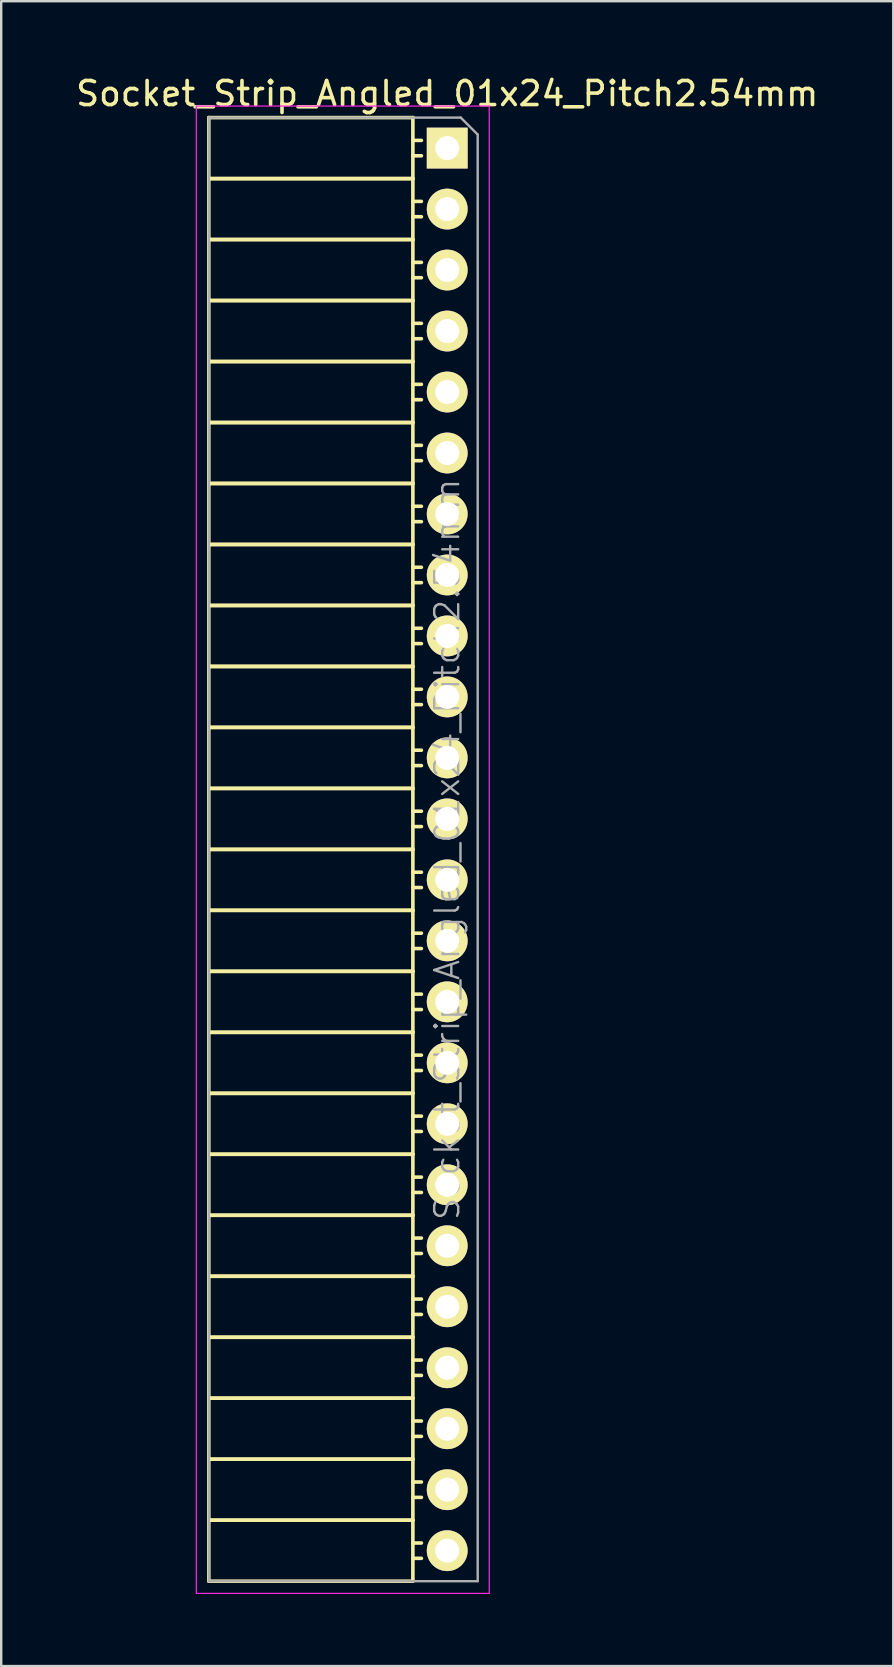
<source format=kicad_pcb>
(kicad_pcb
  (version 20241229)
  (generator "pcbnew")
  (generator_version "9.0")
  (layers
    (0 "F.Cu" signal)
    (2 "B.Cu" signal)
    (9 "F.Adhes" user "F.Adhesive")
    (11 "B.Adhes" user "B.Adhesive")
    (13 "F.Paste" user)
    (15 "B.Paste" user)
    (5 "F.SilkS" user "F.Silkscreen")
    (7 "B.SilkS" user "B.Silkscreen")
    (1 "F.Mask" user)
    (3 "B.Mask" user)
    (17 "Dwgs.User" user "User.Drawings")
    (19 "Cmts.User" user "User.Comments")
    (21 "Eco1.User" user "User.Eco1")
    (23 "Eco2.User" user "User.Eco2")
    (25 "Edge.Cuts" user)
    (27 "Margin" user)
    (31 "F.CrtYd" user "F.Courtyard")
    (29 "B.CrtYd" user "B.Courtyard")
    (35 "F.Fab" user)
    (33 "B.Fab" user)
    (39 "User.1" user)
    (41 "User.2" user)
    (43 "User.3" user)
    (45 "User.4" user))
  (footprint "Socket_Strip_Angled_01x24_Pitch2.54mm"
    (layer "F.Cu")
    (at 15.577 3.118)
    (property "Reference" "Socket_Strip_Angled_01x24_Pitch2.54mm" (at 0 -2.27 0) (layer "F.SilkS") (effects (font (size 1 1) (thickness 0.15))))
    (attr smd)
    (fp_line (start -9.93 -1.27) (end -9.93 1.27) (stroke (width 0.15) (type solid)) (layer "F.SilkS"))
    (fp_line (start -9.93 -1.27) (end -1.43 -1.27) (stroke (width 0.15) (type solid)) (layer "F.SilkS"))
    (fp_line (start -9.93 1.27) (end -9.93 3.81) (stroke (width 0.15) (type solid)) (layer "F.SilkS"))
    (fp_line (start -9.93 1.27) (end -1.43 1.27) (stroke (width 0.15) (type solid)) (layer "F.SilkS"))
    (fp_line (start -9.93 1.27) (end -1.43 1.27) (stroke (width 0.15) (type solid)) (layer "F.SilkS"))
    (fp_line (start -9.93 3.81) (end -9.93 6.35) (stroke (width 0.15) (type solid)) (layer "F.SilkS"))
    (fp_line (start -9.93 3.81) (end -1.43 3.81) (stroke (width 0.15) (type solid)) (layer "F.SilkS"))
    (fp_line (start -9.93 3.81) (end -1.43 3.81) (stroke (width 0.15) (type solid)) (layer "F.SilkS"))
    (fp_line (start -9.93 6.35) (end -9.93 8.89) (stroke (width 0.15) (type solid)) (layer "F.SilkS"))
    (fp_line (start -9.93 6.35) (end -1.43 6.35) (stroke (width 0.15) (type solid)) (layer "F.SilkS"))
    (fp_line (start -9.93 6.35) (end -1.43 6.35) (stroke (width 0.15) (type solid)) (layer "F.SilkS"))
    (fp_line (start -9.93 8.89) (end -9.93 11.43) (stroke (width 0.15) (type solid)) (layer "F.SilkS"))
    (fp_line (start -9.93 8.89) (end -1.43 8.89) (stroke (width 0.15) (type solid)) (layer "F.SilkS"))
    (fp_line (start -9.93 8.89) (end -1.43 8.89) (stroke (width 0.15) (type solid)) (layer "F.SilkS"))
    (fp_line (start -9.93 11.43) (end -9.93 13.97) (stroke (width 0.15) (type solid)) (layer "F.SilkS"))
    (fp_line (start -9.93 11.43) (end -1.43 11.43) (stroke (width 0.15) (type solid)) (layer "F.SilkS"))
    (fp_line (start -9.93 11.43) (end -1.43 11.43) (stroke (width 0.15) (type solid)) (layer "F.SilkS"))
    (fp_line (start -9.93 13.97) (end -9.93 16.51) (stroke (width 0.15) (type solid)) (layer "F.SilkS"))
    (fp_line (start -9.93 13.97) (end -1.43 13.97) (stroke (width 0.15) (type solid)) (layer "F.SilkS"))
    (fp_line (start -9.93 13.97) (end -1.43 13.97) (stroke (width 0.15) (type solid)) (layer "F.SilkS"))
    (fp_line (start -9.93 16.51) (end -9.93 19.05) (stroke (width 0.15) (type solid)) (layer "F.SilkS"))
    (fp_line (start -9.93 16.51) (end -1.43 16.51) (stroke (width 0.15) (type solid)) (layer "F.SilkS"))
    (fp_line (start -9.93 16.51) (end -1.43 16.51) (stroke (width 0.15) (type solid)) (layer "F.SilkS"))
    (fp_line (start -9.93 19.05) (end -9.93 21.59) (stroke (width 0.15) (type solid)) (layer "F.SilkS"))
    (fp_line (start -9.93 19.05) (end -1.43 19.05) (stroke (width 0.15) (type solid)) (layer "F.SilkS"))
    (fp_line (start -9.93 19.05) (end -1.43 19.05) (stroke (width 0.15) (type solid)) (layer "F.SilkS"))
    (fp_line (start -9.93 21.59) (end -9.93 24.13) (stroke (width 0.15) (type solid)) (layer "F.SilkS"))
    (fp_line (start -9.93 21.59) (end -1.43 21.59) (stroke (width 0.15) (type solid)) (layer "F.SilkS"))
    (fp_line (start -9.93 21.59) (end -1.43 21.59) (stroke (width 0.15) (type solid)) (layer "F.SilkS"))
    (fp_line (start -9.93 24.13) (end -9.93 26.67) (stroke (width 0.15) (type solid)) (layer "F.SilkS"))
    (fp_line (start -9.93 24.13) (end -1.43 24.13) (stroke (width 0.15) (type solid)) (layer "F.SilkS"))
    (fp_line (start -9.93 24.13) (end -1.43 24.13) (stroke (width 0.15) (type solid)) (layer "F.SilkS"))
    (fp_line (start -9.93 26.67) (end -9.93 29.21) (stroke (width 0.15) (type solid)) (layer "F.SilkS"))
    (fp_line (start -9.93 26.67) (end -1.43 26.67) (stroke (width 0.15) (type solid)) (layer "F.SilkS"))
    (fp_line (start -9.93 26.67) (end -1.43 26.67) (stroke (width 0.15) (type solid)) (layer "F.SilkS"))
    (fp_line (start -9.93 29.21) (end -9.93 31.75) (stroke (width 0.15) (type solid)) (layer "F.SilkS"))
    (fp_line (start -9.93 29.21) (end -1.43 29.21) (stroke (width 0.15) (type solid)) (layer "F.SilkS"))
    (fp_line (start -9.93 29.21) (end -1.43 29.21) (stroke (width 0.15) (type solid)) (layer "F.SilkS"))
    (fp_line (start -9.93 31.75) (end -9.93 34.29) (stroke (width 0.15) (type solid)) (layer "F.SilkS"))
    (fp_line (start -9.93 31.75) (end -1.43 31.75) (stroke (width 0.15) (type solid)) (layer "F.SilkS"))
    (fp_line (start -9.93 31.75) (end -1.43 31.75) (stroke (width 0.15) (type solid)) (layer "F.SilkS"))
    (fp_line (start -9.93 34.29) (end -9.93 36.83) (stroke (width 0.15) (type solid)) (layer "F.SilkS"))
    (fp_line (start -9.93 34.29) (end -1.43 34.29) (stroke (width 0.15) (type solid)) (layer "F.SilkS"))
    (fp_line (start -9.93 34.29) (end -1.43 34.29) (stroke (width 0.15) (type solid)) (layer "F.SilkS"))
    (fp_line (start -9.93 36.83) (end -9.93 39.37) (stroke (width 0.15) (type solid)) (layer "F.SilkS"))
    (fp_line (start -9.93 36.83) (end -1.43 36.83) (stroke (width 0.15) (type solid)) (layer "F.SilkS"))
    (fp_line (start -9.93 36.83) (end -1.43 36.83) (stroke (width 0.15) (type solid)) (layer "F.SilkS"))
    (fp_line (start -9.93 39.37) (end -9.93 41.91) (stroke (width 0.15) (type solid)) (layer "F.SilkS"))
    (fp_line (start -9.93 39.37) (end -1.43 39.37) (stroke (width 0.15) (type solid)) (layer "F.SilkS"))
    (fp_line (start -9.93 39.37) (end -1.43 39.37) (stroke (width 0.15) (type solid)) (layer "F.SilkS"))
    (fp_line (start -9.93 41.91) (end -9.93 44.45) (stroke (width 0.15) (type solid)) (layer "F.SilkS"))
    (fp_line (start -9.93 41.91) (end -1.43 41.91) (stroke (width 0.15) (type solid)) (layer "F.SilkS"))
    (fp_line (start -9.93 41.91) (end -1.43 41.91) (stroke (width 0.15) (type solid)) (layer "F.SilkS"))
    (fp_line (start -9.93 44.45) (end -9.93 46.99) (stroke (width 0.15) (type solid)) (layer "F.SilkS"))
    (fp_line (start -9.93 44.45) (end -1.43 44.45) (stroke (width 0.15) (type solid)) (layer "F.SilkS"))
    (fp_line (start -9.93 44.45) (end -1.43 44.45) (stroke (width 0.15) (type solid)) (layer "F.SilkS"))
    (fp_line (start -9.93 46.99) (end -9.93 49.53) (stroke (width 0.15) (type solid)) (layer "F.SilkS"))
    (fp_line (start -9.93 46.99) (end -1.43 46.99) (stroke (width 0.15) (type solid)) (layer "F.SilkS"))
    (fp_line (start -9.93 46.99) (end -1.43 46.99) (stroke (width 0.15) (type solid)) (layer "F.SilkS"))
    (fp_line (start -9.93 49.53) (end -9.93 52.07) (stroke (width 0.15) (type solid)) (layer "F.SilkS"))
    (fp_line (start -9.93 49.53) (end -1.43 49.53) (stroke (width 0.15) (type solid)) (layer "F.SilkS"))
    (fp_line (start -9.93 49.53) (end -1.43 49.53) (stroke (width 0.15) (type solid)) (layer "F.SilkS"))
    (fp_line (start -9.93 52.07) (end -9.93 54.61) (stroke (width 0.15) (type solid)) (layer "F.SilkS"))
    (fp_line (start -9.93 52.07) (end -1.43 52.07) (stroke (width 0.15) (type solid)) (layer "F.SilkS"))
    (fp_line (start -9.93 52.07) (end -1.43 52.07) (stroke (width 0.15) (type solid)) (layer "F.SilkS"))
    (fp_line (start -9.93 54.61) (end -9.93 57.15) (stroke (width 0.15) (type solid)) (layer "F.SilkS"))
    (fp_line (start -9.93 54.61) (end -1.43 54.61) (stroke (width 0.15) (type solid)) (layer "F.SilkS"))
    (fp_line (start -9.93 54.61) (end -1.43 54.61) (stroke (width 0.15) (type solid)) (layer "F.SilkS"))
    (fp_line (start -9.93 57.15) (end -9.93 59.69) (stroke (width 0.15) (type solid)) (layer "F.SilkS"))
    (fp_line (start -9.93 57.15) (end -1.43 57.15) (stroke (width 0.15) (type solid)) (layer "F.SilkS"))
    (fp_line (start -9.93 57.15) (end -1.43 57.15) (stroke (width 0.15) (type solid)) (layer "F.SilkS"))
    (fp_line (start -9.93 59.69) (end -1.43 59.69) (stroke (width 0.15) (type solid)) (layer "F.SilkS"))
    (fp_line (start -1.43 -1.27) (end -1.43 1.27) (stroke (width 0.15) (type solid)) (layer "F.SilkS"))
    (fp_line (start -1.43 -0.32) (end -1.075 -0.32) (stroke (width 0.15) (type solid)) (layer "F.SilkS"))
    (fp_line (start -1.43 0.32) (end -1.075 0.32) (stroke (width 0.15) (type solid)) (layer "F.SilkS"))
    (fp_line (start -1.43 1.27) (end -1.43 3.81) (stroke (width 0.15) (type solid)) (layer "F.SilkS"))
    (fp_line (start -1.43 2.22) (end -1.075 2.22) (stroke (width 0.15) (type solid)) (layer "F.SilkS"))
    (fp_line (start -1.43 2.86) (end -1.075 2.86) (stroke (width 0.15) (type solid)) (layer "F.SilkS"))
    (fp_line (start -1.43 3.81) (end -1.43 6.35) (stroke (width 0.15) (type solid)) (layer "F.SilkS"))
    (fp_line (start -1.43 4.76) (end -1.075 4.76) (stroke (width 0.15) (type solid)) (layer "F.SilkS"))
    (fp_line (start -1.43 5.4) (end -1.075 5.4) (stroke (width 0.15) (type solid)) (layer "F.SilkS"))
    (fp_line (start -1.43 6.35) (end -1.43 8.89) (stroke (width 0.15) (type solid)) (layer "F.SilkS"))
    (fp_line (start -1.43 7.3) (end -1.075 7.3) (stroke (width 0.15) (type solid)) (layer "F.SilkS"))
    (fp_line (start -1.43 7.94) (end -1.075 7.94) (stroke (width 0.15) (type solid)) (layer "F.SilkS"))
    (fp_line (start -1.43 8.89) (end -1.43 11.43) (stroke (width 0.15) (type solid)) (layer "F.SilkS"))
    (fp_line (start -1.43 9.84) (end -1.075 9.84) (stroke (width 0.15) (type solid)) (layer "F.SilkS"))
    (fp_line (start -1.43 10.48) (end -1.075 10.48) (stroke (width 0.15) (type solid)) (layer "F.SilkS"))
    (fp_line (start -1.43 11.43) (end -1.43 13.97) (stroke (width 0.15) (type solid)) (layer "F.SilkS"))
    (fp_line (start -1.43 12.38) (end -1.075 12.38) (stroke (width 0.15) (type solid)) (layer "F.SilkS"))
    (fp_line (start -1.43 13.02) (end -1.075 13.02) (stroke (width 0.15) (type solid)) (layer "F.SilkS"))
    (fp_line (start -1.43 13.97) (end -1.43 16.51) (stroke (width 0.15) (type solid)) (layer "F.SilkS"))
    (fp_line (start -1.43 14.92) (end -1.075 14.92) (stroke (width 0.15) (type solid)) (layer "F.SilkS"))
    (fp_line (start -1.43 15.56) (end -1.075 15.56) (stroke (width 0.15) (type solid)) (layer "F.SilkS"))
    (fp_line (start -1.43 16.51) (end -1.43 19.05) (stroke (width 0.15) (type solid)) (layer "F.SilkS"))
    (fp_line (start -1.43 17.46) (end -1.075 17.46) (stroke (width 0.15) (type solid)) (layer "F.SilkS"))
    (fp_line (start -1.43 18.1) (end -1.075 18.1) (stroke (width 0.15) (type solid)) (layer "F.SilkS"))
    (fp_line (start -1.43 19.05) (end -1.43 21.59) (stroke (width 0.15) (type solid)) (layer "F.SilkS"))
    (fp_line (start -1.43 20) (end -1.075 20) (stroke (width 0.15) (type solid)) (layer "F.SilkS"))
    (fp_line (start -1.43 20.64) (end -1.075 20.64) (stroke (width 0.15) (type solid)) (layer "F.SilkS"))
    (fp_line (start -1.43 21.59) (end -1.43 24.13) (stroke (width 0.15) (type solid)) (layer "F.SilkS"))
    (fp_line (start -1.43 22.54) (end -1.075 22.54) (stroke (width 0.15) (type solid)) (layer "F.SilkS"))
    (fp_line (start -1.43 23.18) (end -1.075 23.18) (stroke (width 0.15) (type solid)) (layer "F.SilkS"))
    (fp_line (start -1.43 24.13) (end -1.43 26.67) (stroke (width 0.15) (type solid)) (layer "F.SilkS"))
    (fp_line (start -1.43 25.08) (end -1.075 25.08) (stroke (width 0.15) (type solid)) (layer "F.SilkS"))
    (fp_line (start -1.43 25.72) (end -1.075 25.72) (stroke (width 0.15) (type solid)) (layer "F.SilkS"))
    (fp_line (start -1.43 26.67) (end -1.43 29.21) (stroke (width 0.15) (type solid)) (layer "F.SilkS"))
    (fp_line (start -1.43 27.62) (end -1.075 27.62) (stroke (width 0.15) (type solid)) (layer "F.SilkS"))
    (fp_line (start -1.43 28.26) (end -1.075 28.26) (stroke (width 0.15) (type solid)) (layer "F.SilkS"))
    (fp_line (start -1.43 29.21) (end -1.43 31.75) (stroke (width 0.15) (type solid)) (layer "F.SilkS"))
    (fp_line (start -1.43 30.16) (end -1.075 30.16) (stroke (width 0.15) (type solid)) (layer "F.SilkS"))
    (fp_line (start -1.43 30.8) (end -1.075 30.8) (stroke (width 0.15) (type solid)) (layer "F.SilkS"))
    (fp_line (start -1.43 31.75) (end -1.43 34.29) (stroke (width 0.15) (type solid)) (layer "F.SilkS"))
    (fp_line (start -1.43 32.7) (end -1.075 32.7) (stroke (width 0.15) (type solid)) (layer "F.SilkS"))
    (fp_line (start -1.43 33.34) (end -1.075 33.34) (stroke (width 0.15) (type solid)) (layer "F.SilkS"))
    (fp_line (start -1.43 34.29) (end -1.43 36.83) (stroke (width 0.15) (type solid)) (layer "F.SilkS"))
    (fp_line (start -1.43 35.24) (end -1.075 35.24) (stroke (width 0.15) (type solid)) (layer "F.SilkS"))
    (fp_line (start -1.43 35.88) (end -1.075 35.88) (stroke (width 0.15) (type solid)) (layer "F.SilkS"))
    (fp_line (start -1.43 36.83) (end -1.43 39.37) (stroke (width 0.15) (type solid)) (layer "F.SilkS"))
    (fp_line (start -1.43 37.78) (end -1.075 37.78) (stroke (width 0.15) (type solid)) (layer "F.SilkS"))
    (fp_line (start -1.43 38.42) (end -1.075 38.42) (stroke (width 0.15) (type solid)) (layer "F.SilkS"))
    (fp_line (start -1.43 39.37) (end -1.43 41.91) (stroke (width 0.15) (type solid)) (layer "F.SilkS"))
    (fp_line (start -1.43 40.32) (end -1.075 40.32) (stroke (width 0.15) (type solid)) (layer "F.SilkS"))
    (fp_line (start -1.43 40.96) (end -1.075 40.96) (stroke (width 0.15) (type solid)) (layer "F.SilkS"))
    (fp_line (start -1.43 41.91) (end -1.43 44.45) (stroke (width 0.15) (type solid)) (layer "F.SilkS"))
    (fp_line (start -1.43 42.86) (end -1.075 42.86) (stroke (width 0.15) (type solid)) (layer "F.SilkS"))
    (fp_line (start -1.43 43.5) (end -1.075 43.5) (stroke (width 0.15) (type solid)) (layer "F.SilkS"))
    (fp_line (start -1.43 44.45) (end -1.43 46.99) (stroke (width 0.15) (type solid)) (layer "F.SilkS"))
    (fp_line (start -1.43 45.4) (end -1.075 45.4) (stroke (width 0.15) (type solid)) (layer "F.SilkS"))
    (fp_line (start -1.43 46.04) (end -1.075 46.04) (stroke (width 0.15) (type solid)) (layer "F.SilkS"))
    (fp_line (start -1.43 46.99) (end -1.43 49.53) (stroke (width 0.15) (type solid)) (layer "F.SilkS"))
    (fp_line (start -1.43 47.94) (end -1.075 47.94) (stroke (width 0.15) (type solid)) (layer "F.SilkS"))
    (fp_line (start -1.43 48.58) (end -1.075 48.58) (stroke (width 0.15) (type solid)) (layer "F.SilkS"))
    (fp_line (start -1.43 49.53) (end -1.43 52.07) (stroke (width 0.15) (type solid)) (layer "F.SilkS"))
    (fp_line (start -1.43 50.48) (end -1.075 50.48) (stroke (width 0.15) (type solid)) (layer "F.SilkS"))
    (fp_line (start -1.43 51.12) (end -1.075 51.12) (stroke (width 0.15) (type solid)) (layer "F.SilkS"))
    (fp_line (start -1.43 52.07) (end -1.43 54.61) (stroke (width 0.15) (type solid)) (layer "F.SilkS"))
    (fp_line (start -1.43 53.02) (end -1.075 53.02) (stroke (width 0.15) (type solid)) (layer "F.SilkS"))
    (fp_line (start -1.43 53.66) (end -1.075 53.66) (stroke (width 0.15) (type solid)) (layer "F.SilkS"))
    (fp_line (start -1.43 54.61) (end -1.43 57.15) (stroke (width 0.15) (type solid)) (layer "F.SilkS"))
    (fp_line (start -1.43 55.56) (end -1.075 55.56) (stroke (width 0.15) (type solid)) (layer "F.SilkS"))
    (fp_line (start -1.43 56.2) (end -1.075 56.2) (stroke (width 0.15) (type solid)) (layer "F.SilkS"))
    (fp_line (start -1.43 57.15) (end -1.43 59.69) (stroke (width 0.15) (type solid)) (layer "F.SilkS"))
    (fp_line (start -1.43 58.1) (end -1.075 58.1) (stroke (width 0.15) (type solid)) (layer "F.SilkS"))
    (fp_line (start -1.43 58.74) (end -1.075 58.74) (stroke (width 0.15) (type solid)) (layer "F.SilkS"))
    (fp_line (start -10.45 -1.75) (end 1.75 -1.75) (stroke (width 0.05) (type solid)) (layer "F.CrtYd"))
    (fp_line (start -10.45 60.2) (end -10.45 -1.75) (stroke (width 0.05) (type solid)) (layer "F.CrtYd"))
    (fp_line (start -10.45 60.2) (end 1.75 60.2) (stroke (width 0.05) (type solid)) (layer "F.CrtYd"))
    (fp_line (start 1.75 60.2) (end 1.75 -1.75) (stroke (width 0.05) (type solid)) (layer "F.CrtYd"))
    (fp_line (start -9.93 -1.27) (end 0.563 -1.27) (stroke (width 0.1) (type solid)) (layer "F.Fab"))
    (fp_line (start -9.93 59.69) (end -9.93 -1.27) (stroke (width 0.1) (type solid)) (layer "F.Fab"))
    (fp_line (start -9.93 59.69) (end 1.27 59.69) (stroke (width 0.1) (type solid)) (layer "F.Fab"))
    (fp_line (start 1.27 -0.563) (end 0.563 -1.27) (stroke (width 0.1) (type solid)) (layer "F.Fab"))
    (fp_line (start 1.27 59.69) (end 1.27 -0.563) (stroke (width 0.1) (type solid)) (layer "F.Fab"))
    (fp_text user "${REFERENCE}" (at 0 29.21 90) (layer "F.Fab") (effects (font (size 1 1) (thickness 0.1))))
    (pad "1" thru_hole rect (at 0 0) (size 1.7 1.7) (drill 1) (layers "*.Cu" "*.Mask" "F.SilkS"))
    (pad "2" thru_hole oval (at 0 2.54) (size 1.7 1.7) (drill 1) (layers "*.Cu" "*.Mask" "F.SilkS"))
    (pad "3" thru_hole oval (at 0 5.08) (size 1.7 1.7) (drill 1) (layers "*.Cu" "*.Mask" "F.SilkS"))
    (pad "4" thru_hole oval (at 0 7.62) (size 1.7 1.7) (drill 1) (layers "*.Cu" "*.Mask" "F.SilkS"))
    (pad "5" thru_hole oval (at 0 10.16) (size 1.7 1.7) (drill 1) (layers "*.Cu" "*.Mask" "F.SilkS"))
    (pad "6" thru_hole oval (at 0 12.7) (size 1.7 1.7) (drill 1) (layers "*.Cu" "*.Mask" "F.SilkS"))
    (pad "7" thru_hole oval (at 0 15.24) (size 1.7 1.7) (drill 1) (layers "*.Cu" "*.Mask" "F.SilkS"))
    (pad "8" thru_hole oval (at 0 17.78) (size 1.7 1.7) (drill 1) (layers "*.Cu" "*.Mask" "F.SilkS"))
    (pad "9" thru_hole oval (at 0 20.32) (size 1.7 1.7) (drill 1) (layers "*.Cu" "*.Mask" "F.SilkS"))
    (pad "10" thru_hole oval (at 0 22.86) (size 1.7 1.7) (drill 1) (layers "*.Cu" "*.Mask" "F.SilkS"))
    (pad "11" thru_hole oval (at 0 25.4) (size 1.7 1.7) (drill 1) (layers "*.Cu" "*.Mask" "F.SilkS"))
    (pad "12" thru_hole oval (at 0 27.94) (size 1.7 1.7) (drill 1) (layers "*.Cu" "*.Mask" "F.SilkS"))
    (pad "13" thru_hole oval (at 0 30.48) (size 1.7 1.7) (drill 1) (layers "*.Cu" "*.Mask" "F.SilkS"))
    (pad "14" thru_hole oval (at 0 33.02) (size 1.7 1.7) (drill 1) (layers "*.Cu" "*.Mask" "F.SilkS"))
    (pad "15" thru_hole oval (at 0 35.56) (size 1.7 1.7) (drill 1) (layers "*.Cu" "*.Mask" "F.SilkS"))
    (pad "16" thru_hole oval (at 0 38.1) (size 1.7 1.7) (drill 1) (layers "*.Cu" "*.Mask" "F.SilkS"))
    (pad "17" thru_hole oval (at 0 40.64) (size 1.7 1.7) (drill 1) (layers "*.Cu" "*.Mask" "F.SilkS"))
    (pad "18" thru_hole oval (at 0 43.18) (size 1.7 1.7) (drill 1) (layers "*.Cu" "*.Mask" "F.SilkS"))
    (pad "19" thru_hole oval (at 0 45.72) (size 1.7 1.7) (drill 1) (layers "*.Cu" "*.Mask" "F.SilkS"))
    (pad "20" thru_hole oval (at 0 48.26) (size 1.7 1.7) (drill 1) (layers "*.Cu" "*.Mask" "F.SilkS"))
    (pad "21" thru_hole oval (at 0 50.8) (size 1.7 1.7) (drill 1) (layers "*.Cu" "*.Mask" "F.SilkS"))
    (pad "22" thru_hole oval (at 0 53.34) (size 1.7 1.7) (drill 1) (layers "*.Cu" "*.Mask" "F.SilkS"))
    (pad "23" thru_hole oval (at 0 55.88) (size 1.7 1.7) (drill 1) (layers "*.Cu" "*.Mask" "F.SilkS"))
    (pad "24" thru_hole oval (at 0 58.42) (size 1.7 1.7) (drill 1) (layers "*.Cu" "*.Mask" "F.SilkS")))
  (gr_rect
    (start -3 -3)
    (end 34.155 66.343)
    (stroke (width 0.1) (type default))
    (fill no)
    (layer "Edge.Cuts")))
</source>
